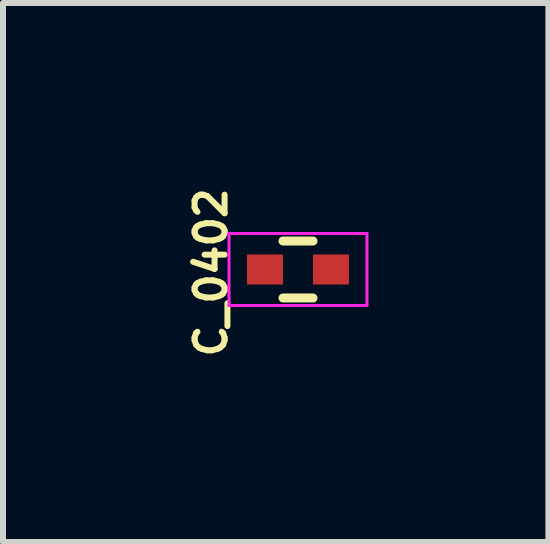
<source format=kicad_pcb>
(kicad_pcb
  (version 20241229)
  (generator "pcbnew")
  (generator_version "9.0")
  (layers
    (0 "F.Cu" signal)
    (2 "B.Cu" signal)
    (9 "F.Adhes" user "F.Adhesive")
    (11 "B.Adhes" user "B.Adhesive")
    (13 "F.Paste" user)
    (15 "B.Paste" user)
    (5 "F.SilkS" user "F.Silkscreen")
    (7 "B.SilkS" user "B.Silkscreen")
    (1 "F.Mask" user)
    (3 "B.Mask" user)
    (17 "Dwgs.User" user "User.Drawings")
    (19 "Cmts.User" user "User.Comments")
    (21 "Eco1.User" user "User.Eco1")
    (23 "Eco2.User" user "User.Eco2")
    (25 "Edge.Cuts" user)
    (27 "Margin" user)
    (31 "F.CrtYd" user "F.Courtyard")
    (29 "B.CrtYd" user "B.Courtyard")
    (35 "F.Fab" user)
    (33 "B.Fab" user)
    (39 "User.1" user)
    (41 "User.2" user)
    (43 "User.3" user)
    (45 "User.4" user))
  (footprint "C_0402"
    (layer "F.Cu")
    (at 1.918 1.443)
    (property "Reference" "C_0402" (at -1.45 0.05 90) (layer "F.SilkS") (effects (font (size 0.5 0.5) (thickness 0.1))))
    (attr smd)
    (fp_line (start -0.25 0.475) (end 0.25 0.475) (stroke (width 0.15) (type solid)) (layer "F.SilkS"))
    (fp_line (start 0.25 -0.475) (end -0.25 -0.475) (stroke (width 0.15) (type solid)) (layer "F.SilkS"))
    (fp_line (start -1.15 -0.6) (end -1.15 0.6) (stroke (width 0.05) (type solid)) (layer "F.CrtYd"))
    (fp_line (start -1.15 -0.6) (end 1.15 -0.6) (stroke (width 0.05) (type solid)) (layer "F.CrtYd"))
    (fp_line (start -1.15 0.6) (end 1.15 0.6) (stroke (width 0.05) (type solid)) (layer "F.CrtYd"))
    (fp_line (start 1.15 -0.6) (end 1.15 0.6) (stroke (width 0.05) (type solid)) (layer "F.CrtYd"))
    (pad "1" smd rect (at -0.55 0) (size 0.6 0.5) (layers "F.Cu" "F.Mask" "F.Paste"))
    (pad "2" smd rect (at 0.55 0) (size 0.6 0.5) (layers "F.Cu" "F.Mask" "F.Paste")))
  (gr_rect
    (start -3 -3)
    (end 6.093 5.986)
    (stroke (width 0.1) (type default))
    (fill no)
    (layer "Edge.Cuts")))
</source>
